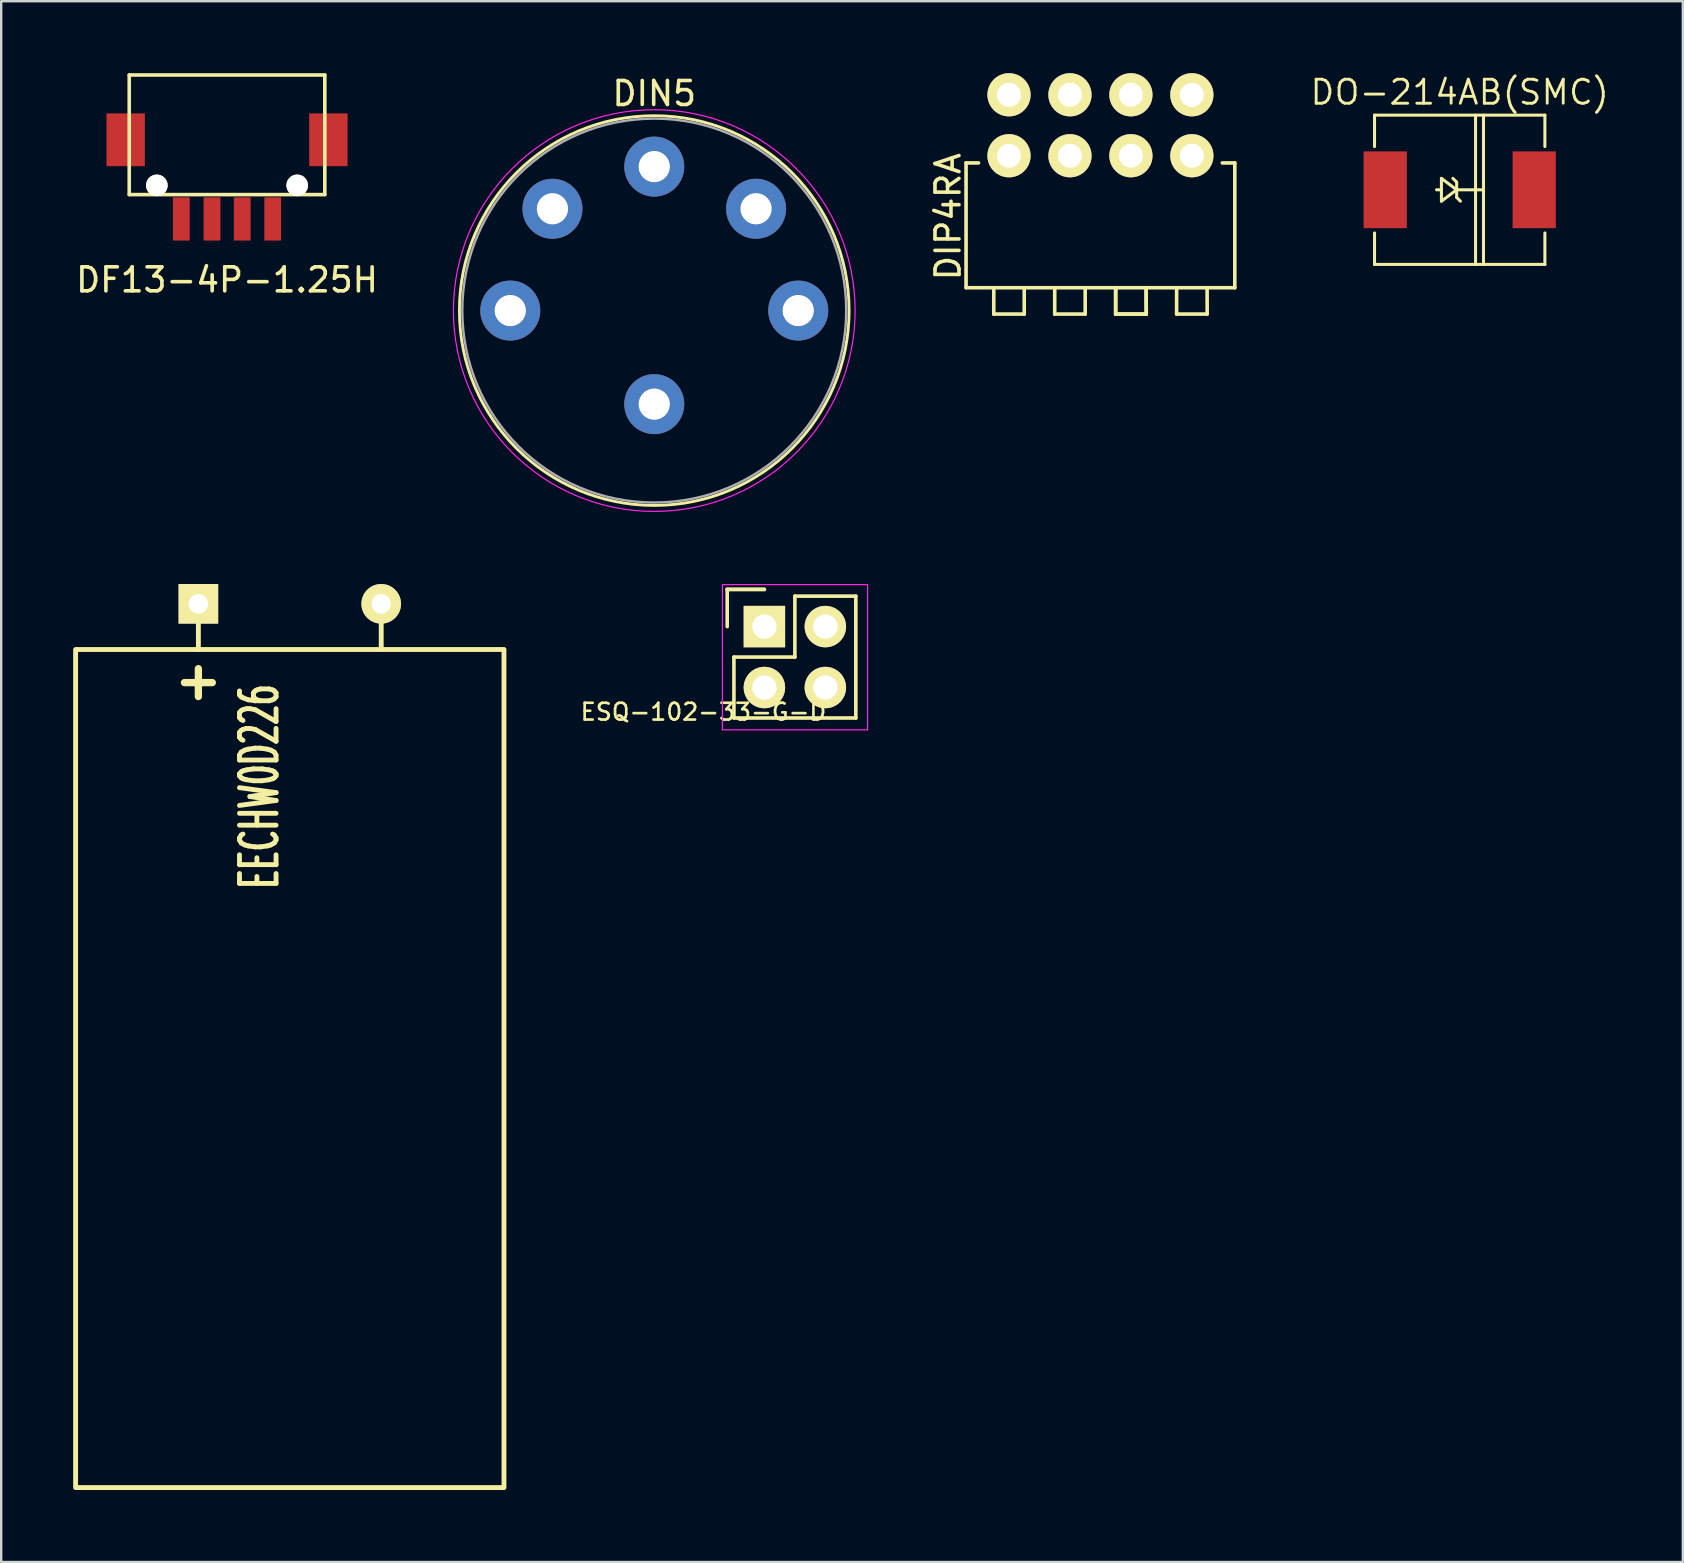
<source format=kicad_pcb>
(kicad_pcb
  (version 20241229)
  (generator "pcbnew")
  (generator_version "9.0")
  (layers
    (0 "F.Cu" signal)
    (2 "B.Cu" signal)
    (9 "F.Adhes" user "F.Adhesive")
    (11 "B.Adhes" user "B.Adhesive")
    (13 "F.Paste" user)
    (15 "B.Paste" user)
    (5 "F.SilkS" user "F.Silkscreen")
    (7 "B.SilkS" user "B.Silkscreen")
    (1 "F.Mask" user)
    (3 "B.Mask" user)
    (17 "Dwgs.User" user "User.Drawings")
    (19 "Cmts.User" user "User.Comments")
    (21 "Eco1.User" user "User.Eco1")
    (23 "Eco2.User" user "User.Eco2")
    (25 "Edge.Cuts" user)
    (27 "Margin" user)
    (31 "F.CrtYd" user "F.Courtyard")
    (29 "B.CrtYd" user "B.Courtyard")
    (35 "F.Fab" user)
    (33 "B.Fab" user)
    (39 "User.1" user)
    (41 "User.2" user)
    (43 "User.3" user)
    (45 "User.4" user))
  (footprint "EECHW0D226"
    (layer "F.Cu")
    (at 9.027 22.114)
    (property "Reference" "EECHW0D226" (at -1.267 7.62 90) (layer "F.SilkS") (effects (font (size 1.524 0.864) (thickness 0.203))))
    (attr through_hole)
    (fp_line (start -8.926 1.905) (end -8.926 36.83) (stroke (width 0.203) (type solid)) (layer "F.SilkS"))
    (fp_line (start -8.89 36.83) (end 8.89 36.83) (stroke (width 0.203) (type solid)) (layer "F.SilkS"))
    (fp_line (start -3.81 0) (end -3.81 1.905) (stroke (width 0.203) (type solid)) (layer "F.SilkS"))
    (fp_line (start 3.81 0) (end 3.81 1.905) (stroke (width 0.203) (type solid)) (layer "F.SilkS"))
    (fp_line (start 8.89 1.905) (end -8.89 1.905) (stroke (width 0.203) (type solid)) (layer "F.SilkS"))
    (fp_line (start 8.926 36.83) (end 8.926 1.905) (stroke (width 0.203) (type solid)) (layer "F.SilkS"))
    (fp_text user "+" (at -3.81 3.175 0) (layer "F.SilkS") (effects (font (size 1.524 1.524) (thickness 0.305))))
    (pad "1" thru_hole rect (at -3.81 0) (size 1.651 1.651) (drill 0.813) (layers "*.Cu" "*.Mask" "F.SilkS"))
    (pad "2" thru_hole circle (at 3.81 0) (size 1.651 1.651) (drill 0.813) (layers "*.Cu" "*.Mask" "F.SilkS")))
  (footprint "DF13-4P-1.25H"
    (layer "F.Cu")
    (at 6.411 6.075)
    (property "Reference" "DF13-4P-1.25H" (at 0 2.54 0) (layer "F.SilkS") (effects (font (size 1 1) (thickness 0.15))))
    (attr through_hole)
    (fp_line (start -4.075 -6) (end -4.075 -1.016) (stroke (width 0.15) (type solid)) (layer "F.SilkS"))
    (fp_line (start -4.075 -1.016) (end 4.075 -1.016) (stroke (width 0.15) (type solid)) (layer "F.SilkS"))
    (fp_line (start 4.075 -6) (end -4.075 -6) (stroke (width 0.15) (type solid)) (layer "F.SilkS"))
    (fp_line (start 4.075 -1.016) (end 4.075 -6) (stroke (width 0.15) (type solid)) (layer "F.SilkS"))
    (pad "" np_thru_hole circle (at -2.925 -1.4) (size 0.9 0.9) (drill 0.9) (layers "*.Cu" "*.Mask" "F.SilkS"))
    (pad "" np_thru_hole circle (at 2.925 -1.4) (size 0.9 0.9) (drill 0.9) (layers "*.Cu" "*.Mask" "F.SilkS"))
    (pad "1" smd rect (at -1.905 0) (size 0.7 1.8) (layers "F.Cu" "F.Mask" "F.Paste"))
    (pad "2" smd rect (at -0.625 0) (size 0.7 1.8) (layers "F.Cu" "F.Mask" "F.Paste"))
    (pad "3" smd rect (at 0.635 0) (size 0.7 1.8) (layers "F.Cu" "F.Mask" "F.Paste"))
    (pad "4" smd rect (at 1.905 0) (size 0.7 1.8) (layers "F.Cu" "F.Mask" "F.Paste"))
    (pad "5" smd rect (at -4.225 -3.3) (size 1.6 2.2) (layers "F.Cu" "F.Mask" "F.Paste"))
    (pad "6" smd rect (at 4.225 -3.3) (size 1.6 2.2) (layers "F.Cu" "F.Mask" "F.Paste")))
  (footprint "DO-214AB(SMC)"
    (layer "F.Cu")
    (at 57.783 4.859)
    (property "Reference" "DO-214AB(SMC)" (at 0 -4.064 0) (layer "F.SilkS") (effects (font (size 1.001 1.001) (thickness 0.119))))
    (attr smd)
    (fp_line (start -3.55 -3.11) (end 3.55 -3.11) (stroke (width 0.127) (type solid)) (layer "F.SilkS"))
    (fp_line (start -3.55 -1.8) (end -3.55 -3.11) (stroke (width 0.127) (type solid)) (layer "F.SilkS"))
    (fp_line (start -3.55 1.8) (end -3.55 3.11) (stroke (width 0.127) (type solid)) (layer "F.SilkS"))
    (fp_line (start -3.55 3.11) (end 3.55 3.11) (stroke (width 0.127) (type solid)) (layer "F.SilkS"))
    (fp_line (start -0.762 -0.475) (end -0.762 0) (stroke (width 0.127) (type solid)) (layer "F.SilkS"))
    (fp_line (start -0.762 0) (end -0.965 0) (stroke (width 0.127) (type solid)) (layer "F.SilkS"))
    (fp_line (start -0.762 0) (end -0.762 0.475) (stroke (width 0.127) (type solid)) (layer "F.SilkS"))
    (fp_line (start -0.762 0.475) (end -0.127 0) (stroke (width 0.127) (type solid)) (layer "F.SilkS"))
    (fp_line (start -0.127 -0.318) (end -0.284 -0.475) (stroke (width 0.127) (type solid)) (layer "F.SilkS"))
    (fp_line (start -0.127 0) (end -0.762 -0.475) (stroke (width 0.127) (type solid)) (layer "F.SilkS"))
    (fp_line (start -0.127 0) (end -0.127 -0.318) (stroke (width 0.127) (type solid)) (layer "F.SilkS"))
    (fp_line (start -0.127 0) (end -0.127 0.318) (stroke (width 0.127) (type solid)) (layer "F.SilkS"))
    (fp_line (start -0.127 0) (end 0.983 0) (stroke (width 0.127) (type solid)) (layer "F.SilkS"))
    (fp_line (start -0.127 0.318) (end 0.03 0.475) (stroke (width 0.127) (type solid)) (layer "F.SilkS"))
    (fp_line (start 0.66 3.11) (end 0.66 -3.11) (stroke (width 0.127) (type solid)) (layer "F.SilkS"))
    (fp_line (start 0.991 3.11) (end 0.991 -3.11) (stroke (width 0.127) (type solid)) (layer "F.SilkS"))
    (fp_line (start 3.55 -3.11) (end 3.55 -1.8) (stroke (width 0.127) (type solid)) (layer "F.SilkS"))
    (fp_line (start 3.55 3.11) (end 3.55 1.8) (stroke (width 0.127) (type solid)) (layer "F.SilkS"))
    (pad "1" smd rect (at -3.105 0) (size 1.801 3.2) (layers "F.Cu" "F.Mask" "F.Paste"))
    (pad "2" smd rect (at 3.105 0) (size 1.801 3.2) (layers "F.Cu" "F.Mask" "F.Paste")))
  (footprint "DIP4RA"
    (layer "F.Cu")
    (at 42.81 3.44)
    (property "Reference" "DIP4RA" (at -6.35 2.54 90) (layer "F.SilkS") (effects (font (size 1 1) (thickness 0.15))))
    (attr through_hole)
    (fp_line (start -5.6 0.3) (end -5.6 5.5) (stroke (width 0.15) (type solid)) (layer "F.SilkS"))
    (fp_line (start -5.6 5.5) (end 5.6 5.5) (stroke (width 0.15) (type solid)) (layer "F.SilkS"))
    (fp_line (start -5.08 0.3) (end -5.6 0.3) (stroke (width 0.15) (type solid)) (layer "F.SilkS"))
    (fp_line (start -4.445 6.6) (end -4.445 5.5) (stroke (width 0.15) (type solid)) (layer "F.SilkS"))
    (fp_line (start -4.445 6.6) (end -3.175 6.6) (stroke (width 0.15) (type solid)) (layer "F.SilkS"))
    (fp_line (start -3.175 5.5) (end -3.175 6.6) (stroke (width 0.15) (type solid)) (layer "F.SilkS"))
    (fp_line (start -1.905 6.6) (end -1.905 5.5) (stroke (width 0.15) (type solid)) (layer "F.SilkS"))
    (fp_line (start -1.905 6.6) (end -0.635 6.6) (stroke (width 0.15) (type solid)) (layer "F.SilkS"))
    (fp_line (start -0.635 5.5) (end -0.635 6.6) (stroke (width 0.15) (type solid)) (layer "F.SilkS"))
    (fp_line (start 0.635 5.5) (end 0.635 6.6) (stroke (width 0.15) (type solid)) (layer "F.SilkS"))
    (fp_line (start 0.635 5.5) (end 0.635 6.6) (stroke (width 0.15) (type solid)) (layer "F.SilkS"))
    (fp_line (start 0.635 6.6) (end 1.905 6.6) (stroke (width 0.15) (type solid)) (layer "F.SilkS"))
    (fp_line (start 0.635 6.6) (end 1.905 6.6) (stroke (width 0.15) (type solid)) (layer "F.SilkS"))
    (fp_line (start 1.91 6.6) (end 1.905 5.5) (stroke (width 0.15) (type solid)) (layer "F.SilkS"))
    (fp_line (start 1.91 6.6) (end 1.905 5.5) (stroke (width 0.15) (type solid)) (layer "F.SilkS"))
    (fp_line (start 3.175 5.5) (end 3.175 6.6) (stroke (width 0.15) (type solid)) (layer "F.SilkS"))
    (fp_line (start 3.175 6.6) (end 4.445 6.6) (stroke (width 0.15) (type solid)) (layer "F.SilkS"))
    (fp_line (start 4.45 6.6) (end 4.445 5.5) (stroke (width 0.15) (type solid)) (layer "F.SilkS"))
    (fp_line (start 5.6 0.3) (end 5.08 0.3) (stroke (width 0.15) (type solid)) (layer "F.SilkS"))
    (fp_line (start 5.6 5.5) (end 5.6 0.3) (stroke (width 0.15) (type solid)) (layer "F.SilkS"))
    (pad "1" thru_hole circle (at -3.81 0) (size 1.8 1.8) (drill 1) (layers "*.Cu" "*.Mask" "F.SilkS"))
    (pad "2" thru_hole circle (at -1.27 0) (size 1.8 1.8) (drill 1) (layers "*.Cu" "*.Mask" "F.SilkS"))
    (pad "3" thru_hole circle (at 1.27 0) (size 1.8 1.8) (drill 1) (layers "*.Cu" "*.Mask" "F.SilkS"))
    (pad "4" thru_hole circle (at 3.81 0) (size 1.8 1.8) (drill 1) (layers "*.Cu" "*.Mask" "F.SilkS"))
    (pad "5" thru_hole circle (at 3.81 -2.54) (size 1.8 1.8) (drill 1) (layers "*.Cu" "*.Mask" "F.SilkS"))
    (pad "6" thru_hole circle (at 1.27 -2.54) (size 1.8 1.8) (drill 1) (layers "*.Cu" "*.Mask" "F.SilkS"))
    (pad "7" thru_hole circle (at -1.27 -2.54) (size 1.8 1.8) (drill 1) (layers "*.Cu" "*.Mask" "F.SilkS"))
    (pad "8" thru_hole circle (at -3.81 -2.54) (size 1.8 1.8) (drill 1) (layers "*.Cu" "*.Mask" "F.SilkS")))
  (footprint "DIN5"
    (layer "F.Cu")
    (at 24.216 9.893)
    (property "Reference" "DIN5" (at 0 -9.045 0) (layer "F.SilkS") (effects (font (size 1 1) (thickness 0.15))))
    (attr through_hole)
    (fp_circle (center 0 0) (end 0 8.12) (stroke (width 0.12) (type solid)) (fill no) (layer "F.SilkS"))
    (fp_circle (center 0 0) (end 0 8.37) (stroke (width 0.05) (type solid)) (fill no) (layer "F.CrtYd"))
    (fp_circle (center 0 0) (end 0 8) (stroke (width 0.1) (type solid)) (fill no) (layer "F.Fab"))
    (pad "1" thru_hole oval (at -6 0) (size 2.5 2.5) (drill 1.3) (layers "*.Cu" "*.Mask"))
    (pad "2" thru_hole oval (at 0 -6) (size 2.5 2.5) (drill 1.3) (layers "*.Cu" "*.Mask"))
    (pad "3" thru_hole oval (at 6 0) (size 2.5 2.5) (drill 1.3) (layers "*.Cu" "*.Mask"))
    (pad "4" thru_hole oval (at -4.243 -4.243) (size 2.5 2.5) (drill 1.3) (layers "*.Cu" "*.Mask"))
    (pad "5" thru_hole oval (at 4.243 -4.243) (size 2.5 2.5) (drill 1.3) (layers "*.Cu" "*.Mask"))
    (pad "6" thru_hole oval (at 0 3.9 180) (size 2.5 2.5) (drill 1.3) (layers "*.Cu" "*.Mask")))
  (footprint "ESQ-102-33-G-D"
    (layer "F.Cu")
    (at 28.806 23.063)
    (property "Reference" "ESQ-102-33-G-D" (at -2.54 3.556 0) (layer "F.SilkS") (effects (font (size 0.7 0.7) (thickness 0.11))))
    (attr through_hole)
    (fp_line (start -1.55 -1.55) (end -1.55 0) (stroke (width 0.15) (type solid)) (layer "F.SilkS"))
    (fp_line (start -1.27 1.27) (end -1.27 3.81) (stroke (width 0.15) (type solid)) (layer "F.SilkS"))
    (fp_line (start -1.27 3.81) (end 3.81 3.81) (stroke (width 0.15) (type solid)) (layer "F.SilkS"))
    (fp_line (start 0 -1.55) (end -1.55 -1.55) (stroke (width 0.15) (type solid)) (layer "F.SilkS"))
    (fp_line (start 0 -1.55) (end -1.55 -1.55) (stroke (width 0.15) (type solid)) (layer "F.SilkS"))
    (fp_line (start 1.27 -1.27) (end 1.27 1.27) (stroke (width 0.15) (type solid)) (layer "F.SilkS"))
    (fp_line (start 1.27 1.27) (end -1.27 1.27) (stroke (width 0.15) (type solid)) (layer "F.SilkS"))
    (fp_line (start 3.81 -1.27) (end 1.27 -1.27) (stroke (width 0.15) (type solid)) (layer "F.SilkS"))
    (fp_line (start 3.81 3.81) (end 3.81 -1.27) (stroke (width 0.15) (type solid)) (layer "F.SilkS"))
    (fp_line (start -1.75 -1.75) (end -1.75 4.3) (stroke (width 0.05) (type solid)) (layer "F.CrtYd"))
    (fp_line (start -1.75 -1.75) (end 4.3 -1.75) (stroke (width 0.05) (type solid)) (layer "F.CrtYd"))
    (fp_line (start -1.75 4.3) (end 4.3 4.3) (stroke (width 0.05) (type solid)) (layer "F.CrtYd"))
    (fp_line (start 4.3 -1.75) (end 4.3 4.3) (stroke (width 0.05) (type solid)) (layer "F.CrtYd"))
    (pad "1" thru_hole rect (at 0 0) (size 1.727 1.727) (drill 1.016) (layers "*.Cu" "*.Mask" "F.SilkS"))
    (pad "2" thru_hole oval (at 0 2.54) (size 1.727 1.727) (drill 1.016) (layers "*.Cu" "*.Mask" "F.SilkS"))
    (pad "3" thru_hole oval (at 2.54 0) (size 1.727 1.727) (drill 1.016) (layers "*.Cu" "*.Mask" "F.SilkS"))
    (pad "4" thru_hole oval (at 2.54 2.54) (size 1.727 1.727) (drill 1.016) (layers "*.Cu" "*.Mask" "F.SilkS")))
  (gr_rect
    (start -3 -3)
    (end 67.081 62.045)
    (stroke (width 0.1) (type default))
    (fill no)
    (layer "Edge.Cuts")))
</source>
